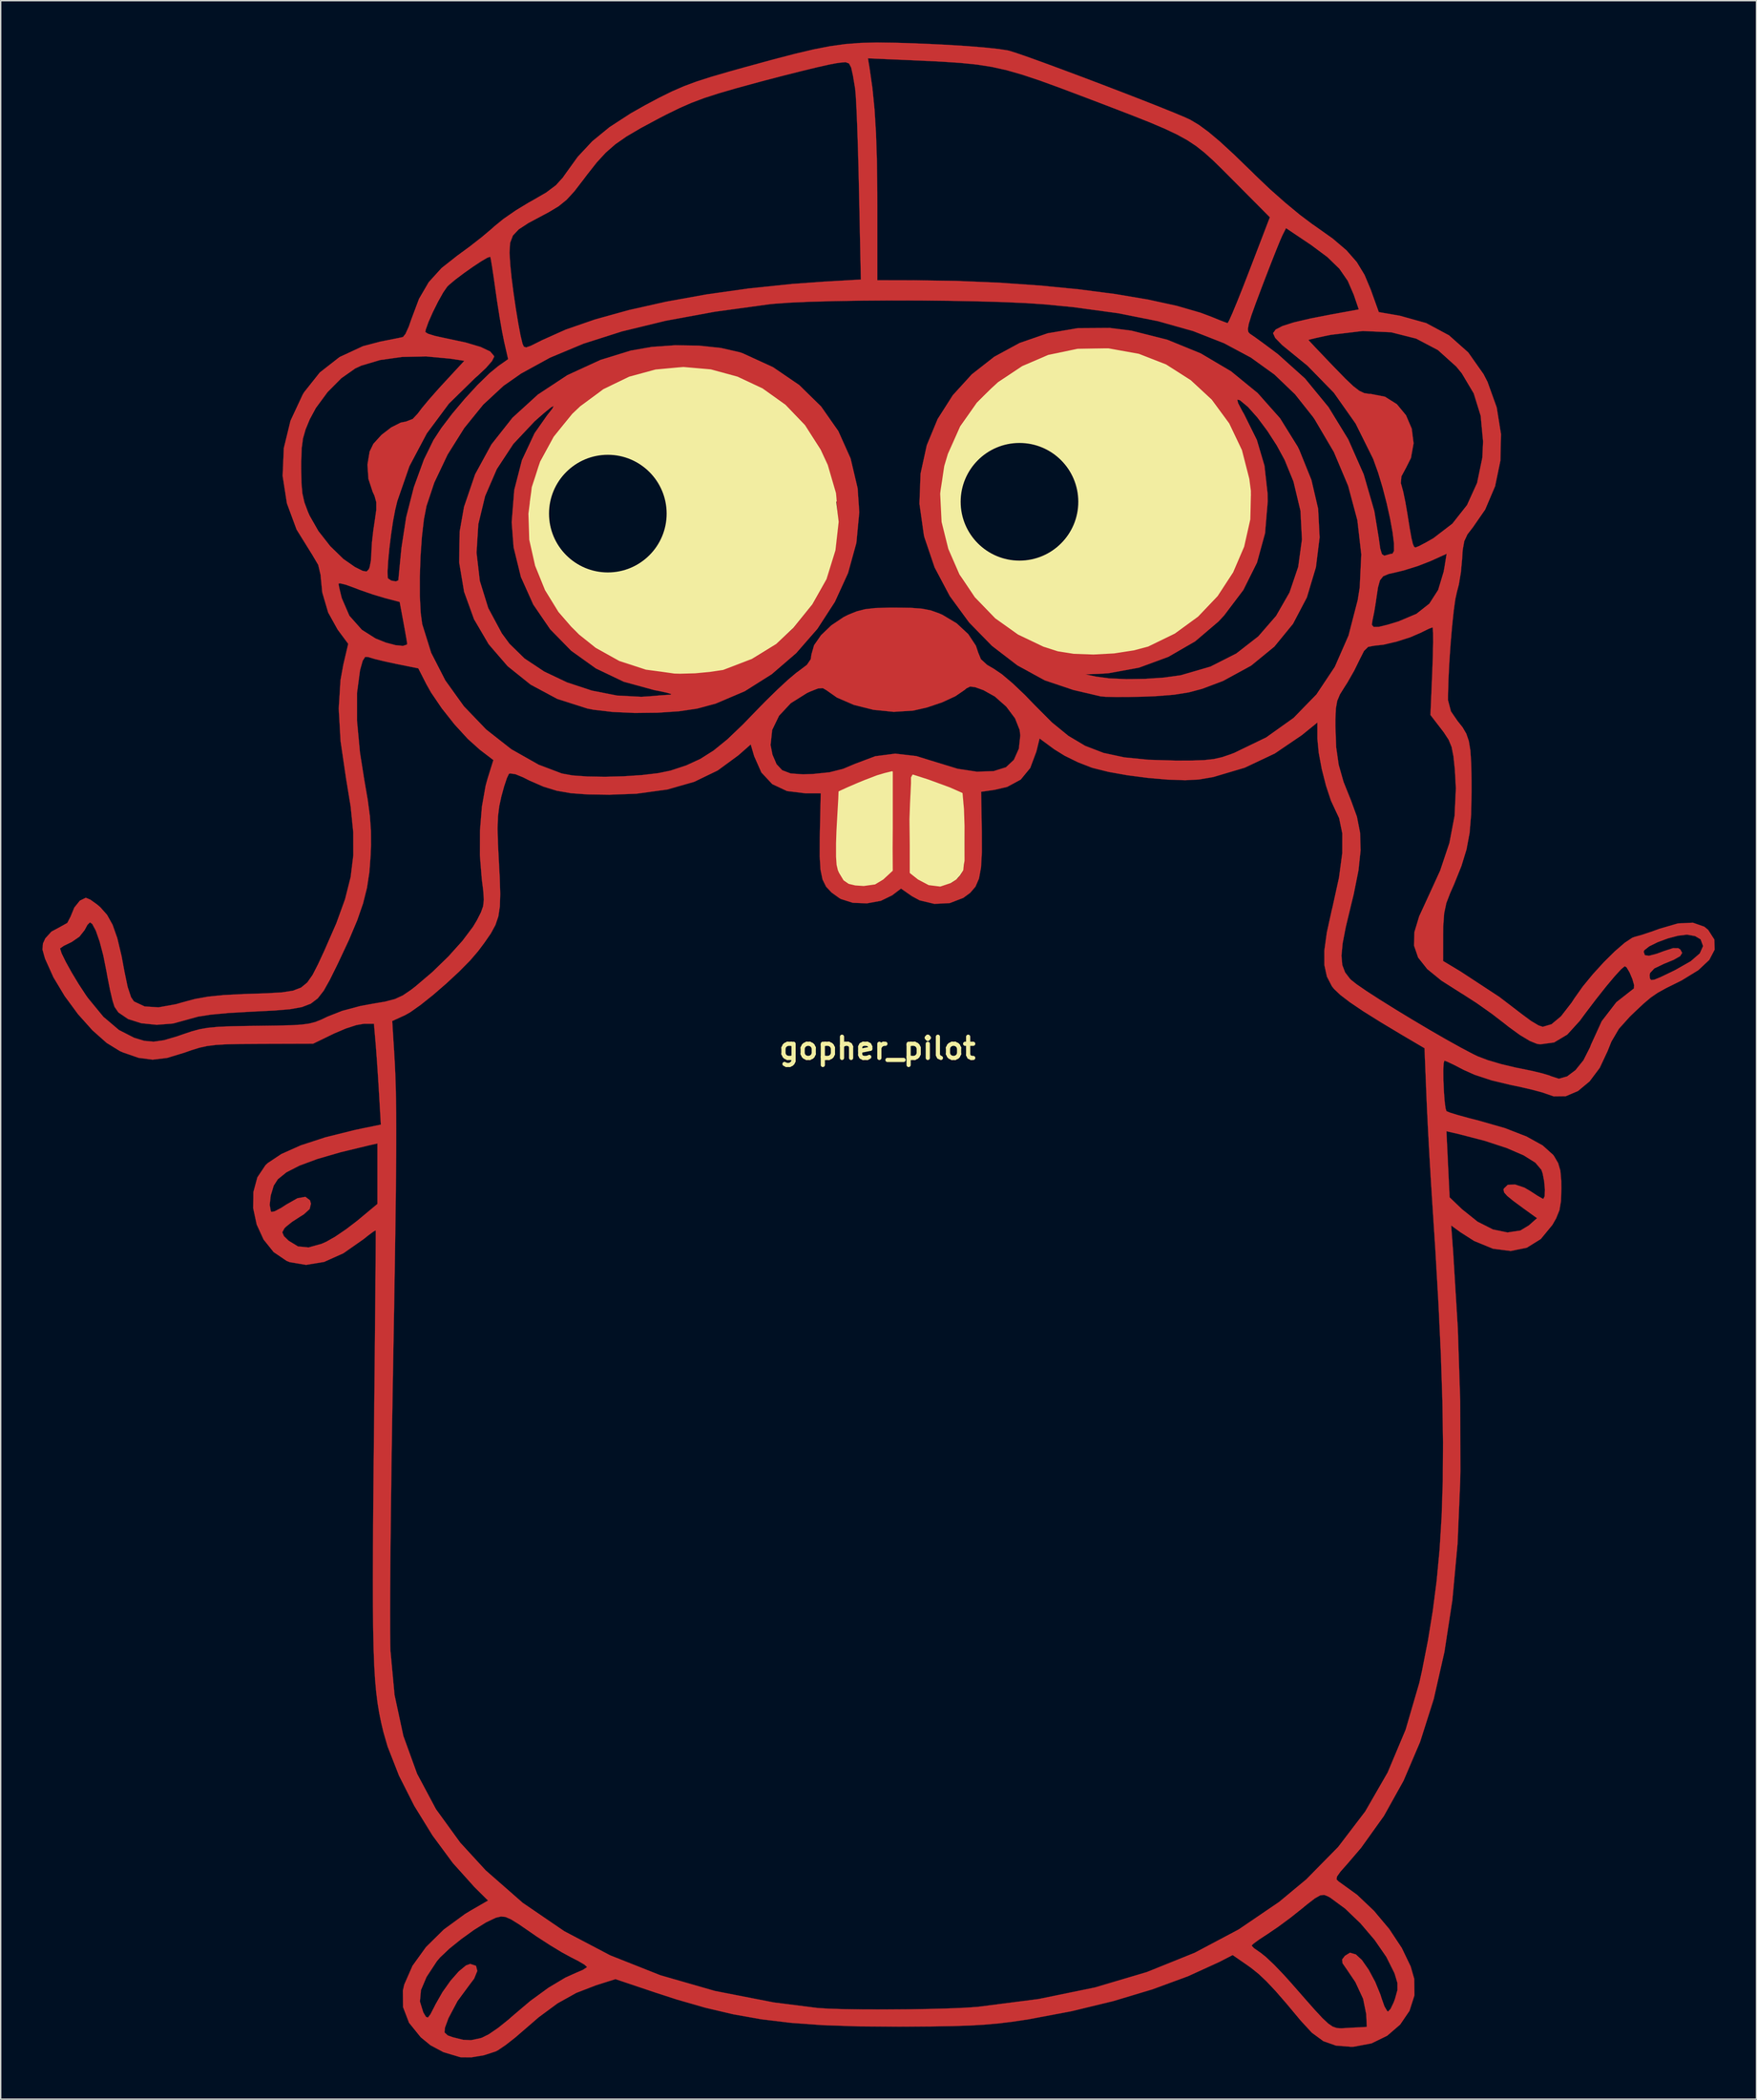
<source format=kicad_pcb>
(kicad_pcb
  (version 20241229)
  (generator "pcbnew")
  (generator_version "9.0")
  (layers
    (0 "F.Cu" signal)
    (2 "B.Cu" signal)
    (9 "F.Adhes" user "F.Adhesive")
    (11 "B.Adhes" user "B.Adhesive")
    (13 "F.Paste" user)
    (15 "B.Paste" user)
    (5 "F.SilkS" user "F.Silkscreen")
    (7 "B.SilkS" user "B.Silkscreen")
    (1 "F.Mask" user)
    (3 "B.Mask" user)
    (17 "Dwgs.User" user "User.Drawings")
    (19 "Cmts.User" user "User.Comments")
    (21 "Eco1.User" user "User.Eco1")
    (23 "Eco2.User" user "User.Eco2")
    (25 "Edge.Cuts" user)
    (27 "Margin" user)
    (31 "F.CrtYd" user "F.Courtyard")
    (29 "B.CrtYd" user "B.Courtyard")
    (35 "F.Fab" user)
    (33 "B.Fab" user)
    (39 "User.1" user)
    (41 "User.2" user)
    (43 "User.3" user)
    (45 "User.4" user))
  (footprint "gopher_pilot"
    (layer "F.Cu")
    (at 60.036 72.313)
    (property "Reference" "gopher_pilot" (at 0 0 0) (layer "F.SilkS") (effects (font (size 1.524 1.524) (thickness 0.3))))
    (attr through_hole)
    (fp_poly (pts (xy -12.84 -50.517) (xy -11.249 -50.349) (xy -9.905 -50.043) (xy -9.682 -49.967) (xy -7.503 -48.969) (xy -5.617 -47.684) (xy -4.044 -46.143) (xy -2.805 -44.374) (xy -1.922 -42.406) (xy -1.417 -40.268) (xy -1.298 -38.542) (xy -1.506 -36.335) (xy -2.105 -34.169) (xy -3.053 -32.094) (xy -4.31 -30.157) (xy -5.836 -28.409) (xy -7.591 -26.898) (xy -9.533 -25.672) (xy -11.623 -24.782) (xy -12.96 -24.422) (xy -14.261 -24.23) (xy -15.807 -24.126) (xy -17.446 -24.109) (xy -19.028 -24.181) (xy -20.399 -24.34) (xy -20.857 -24.428) (xy -23.012 -25.118) (xy -24.929 -26.145) (xy -26.582 -27.469) (xy -27.947 -29.049) (xy -28.999 -30.845) (xy -29.714 -32.818) (xy -30.068 -34.928) (xy -30.058 -35.631) (xy -28.82 -35.631) (xy -28.584 -33.605) (xy -27.979 -31.652) (xy -26.997 -29.825) (xy -26.452 -29.084) (xy -25.367 -28.025) (xy -23.956 -27.088) (xy -22.314 -26.307) (xy -20.538 -25.72) (xy -18.723 -25.363) (xy -16.966 -25.271) (xy -16.383 -25.308) (xy -15.65 -25.371) (xy -15.003 -25.414) (xy -14.876 -25.42) (xy -14.808 -25.462) (xy -15.104 -25.557) (xy -15.704 -25.689) (xy -16.036 -25.751) (xy -18.235 -26.354) (xy -20.239 -27.311) (xy -22.013 -28.581) (xy -23.525 -30.125) (xy -24.742 -31.906) (xy -25.629 -33.883) (xy -26.155 -36.017) (xy -26.292 -37.818) (xy -26.243 -38.439) (xy -25.057 -38.439) (xy -24.976 -36.567) (xy -24.582 -34.746) (xy -23.894 -33.018) (xy -22.928 -31.425) (xy -21.703 -30.01) (xy -20.237 -28.815) (xy -18.546 -27.882) (xy -16.65 -27.253) (xy -14.565 -26.972) (xy -14.099 -26.961) (xy -13.054 -26.993) (xy -12.012 -27.089) (xy -11.165 -27.228) (xy -11.006 -27.267) (xy -9.009 -28.015) (xy -7.261 -29.112) (xy -6.13 -30.133) (xy -4.705 -31.887) (xy -3.672 -33.774) (xy -3.037 -35.757) (xy -2.805 -37.8) (xy -2.984 -39.865) (xy -3.577 -41.916) (xy -4.085 -43.027) (xy -5.237 -44.807) (xy -6.655 -46.279) (xy -8.285 -47.436) (xy -10.078 -48.271) (xy -11.981 -48.776) (xy -13.945 -48.945) (xy -15.917 -48.768) (xy -17.846 -48.241) (xy -19.681 -47.353) (xy -21.372 -46.1) (xy -21.904 -45.589) (xy -23.25 -43.937) (xy -24.212 -42.166) (xy -24.809 -40.32) (xy -25.057 -38.439) (xy -26.243 -38.439) (xy -26.109 -40.134) (xy -25.556 -42.281) (xy -24.649 -44.217) (xy -23.749 -45.499) (xy -23.37 -45.984) (xy -23.272 -46.178) (xy -23.464 -46.079) (xy -23.953 -45.682) (xy -24.647 -45.073) (xy -26.175 -43.448) (xy -27.363 -41.639) (xy -28.203 -39.7) (xy -28.691 -37.68) (xy -28.82 -35.631) (xy -30.058 -35.631) (xy -30.036 -37.134) (xy -29.72 -38.925) (xy -28.92 -41.268) (xy -27.751 -43.411) (xy -26.239 -45.329) (xy -24.41 -46.997) (xy -22.291 -48.393) (xy -19.907 -49.49) (xy -17.732 -50.16) (xy -16.218 -50.425) (xy -14.541 -50.543) (xy -12.84 -50.517)) (stroke (width 0.01) (type solid)) (fill yes) (layer "F.Cu"))
    (fp_poly (pts (xy 18.255 -51.595) (xy 20.848 -50.942) (xy 23.255 -49.958) (xy 25.436 -48.669) (xy 27.35 -47.105) (xy 28.959 -45.293) (xy 30.223 -43.261) (xy 30.341 -43.021) (xy 31.214 -40.861) (xy 31.697 -38.789) (xy 31.803 -36.728) (xy 31.54 -34.603) (xy 31.532 -34.566) (xy 30.887 -32.416) (xy 29.89 -30.518) (xy 28.549 -28.879) (xy 26.872 -27.508) (xy 24.867 -26.415) (xy 23.355 -25.844) (xy 22.397 -25.589) (xy 21.325 -25.419) (xy 20.016 -25.315) (xy 19.158 -25.281) (xy 18.088 -25.258) (xy 17.146 -25.255) (xy 16.431 -25.27) (xy 16.043 -25.304) (xy 16.036 -25.306) (xy 15.615 -25.406) (xy 14.923 -25.568) (xy 14.109 -25.757) (xy 14.099 -25.76) (xy 12.042 -26.453) (xy 11.246 -26.888) (xy 14.96 -26.888) (xy 15.714 -26.725) (xy 16.681 -26.596) (xy 17.921 -26.542) (xy 19.285 -26.563) (xy 20.623 -26.655) (xy 21.784 -26.816) (xy 21.832 -26.825) (xy 23.952 -27.442) (xy 25.813 -28.385) (xy 27.393 -29.614) (xy 28.675 -31.089) (xy 29.639 -32.769) (xy 30.264 -34.615) (xy 30.533 -36.586) (xy 30.426 -38.643) (xy 29.923 -40.746) (xy 29.289 -42.297) (xy 28.72 -43.344) (xy 28.043 -44.393) (xy 27.33 -45.346) (xy 26.654 -46.107) (xy 26.089 -46.578) (xy 26.043 -46.605) (xy 25.883 -46.629) (xy 25.942 -46.382) (xy 26.234 -45.826) (xy 26.376 -45.581) (xy 27.29 -43.736) (xy 27.838 -41.886) (xy 28.061 -39.883) (xy 28.071 -39.315) (xy 27.879 -37.027) (xy 27.299 -34.914) (xy 26.321 -32.952) (xy 24.935 -31.118) (xy 24.523 -30.677) (xy 22.856 -29.259) (xy 20.927 -28.144) (xy 18.819 -27.367) (xy 16.615 -26.964) (xy 15.929 -26.921) (xy 14.96 -26.888) (xy 11.246 -26.888) (xy 10.07 -27.531) (xy 8.238 -28.937) (xy 6.599 -30.616) (xy 5.209 -32.513) (xy 4.12 -34.57) (xy 3.386 -36.732) (xy 3.345 -36.905) (xy 3.028 -39.154) (xy 3.053 -39.833) (xy 4.551 -39.833) (xy 4.651 -37.835) (xy 5.121 -35.9) (xy 5.932 -34.078) (xy 7.052 -32.417) (xy 8.453 -30.965) (xy 10.105 -29.771) (xy 11.977 -28.884) (xy 12.964 -28.577) (xy 14.131 -28.391) (xy 15.538 -28.344) (xy 17.022 -28.426) (xy 18.417 -28.63) (xy 19.481 -28.918) (xy 21.369 -29.819) (xy 23.032 -31.038) (xy 24.436 -32.521) (xy 25.55 -34.216) (xy 26.342 -36.07) (xy 26.781 -38.032) (xy 26.836 -40.05) (xy 26.733 -40.916) (xy 26.182 -43.02) (xy 25.269 -44.93) (xy 24.033 -46.609) (xy 22.513 -48.02) (xy 20.751 -49.128) (xy 18.785 -49.895) (xy 16.656 -50.285) (xy 16.531 -50.295) (xy 14.365 -50.251) (xy 12.304 -49.808) (xy 10.392 -48.997) (xy 8.673 -47.851) (xy 7.189 -46.401) (xy 5.986 -44.679) (xy 5.107 -42.716) (xy 4.85 -41.846) (xy 4.551 -39.833) (xy 3.053 -39.833) (xy 3.108 -41.313) (xy 3.554 -43.352) (xy 4.337 -45.241) (xy 5.426 -46.951) (xy 6.791 -48.451) (xy 8.403 -49.714) (xy 10.232 -50.708) (xy 12.247 -51.405) (xy 14.419 -51.775) (xy 16.718 -51.789) (xy 18.255 -51.595)) (stroke (width 0.01) (type solid)) (fill yes) (layer "F.Cu"))
    (fp_poly (pts (xy 1.281 -72.291) (xy 2.855 -72.239) (xy 3.444 -72.216) (xy 4.988 -72.142) (xy 6.431 -72.051) (xy 7.695 -71.949) (xy 8.702 -71.843) (xy 9.374 -71.739) (xy 9.471 -71.717) (xy 9.975 -71.56) (xy 10.811 -71.271) (xy 11.911 -70.875) (xy 13.206 -70.398) (xy 14.63 -69.865) (xy 16.115 -69.303) (xy 17.594 -68.736) (xy 18.998 -68.191) (xy 20.26 -67.694) (xy 21.313 -67.27) (xy 22.088 -66.945) (xy 22.494 -66.758) (xy 23.113 -66.39) (xy 23.81 -65.879) (xy 24.637 -65.183) (xy 25.642 -64.259) (xy 26.876 -63.063) (xy 27.23 -62.713) (xy 28.239 -61.755) (xy 29.328 -60.791) (xy 30.379 -59.922) (xy 31.274 -59.249) (xy 31.427 -59.145) (xy 32.743 -58.213) (xy 33.734 -57.368) (xy 34.473 -56.525) (xy 35.033 -55.603) (xy 35.477 -54.548) (xy 36.06 -52.927) (xy 37.568 -52.666) (xy 39.466 -52.137) (xy 41.111 -51.254) (xy 42.49 -50.027) (xy 43.591 -48.465) (xy 43.876 -47.912) (xy 44.538 -46.073) (xy 44.845 -44.159) (xy 44.803 -42.245) (xy 44.421 -40.41) (xy 43.707 -38.73) (xy 42.831 -37.466) (xy 42.432 -36.948) (xy 42.205 -36.459) (xy 42.092 -35.83) (xy 42.048 -35.157) (xy 41.963 -34.228) (xy 41.814 -33.334) (xy 41.673 -32.799) (xy 41.561 -32.288) (xy 41.443 -31.431) (xy 41.327 -30.327) (xy 41.22 -29.071) (xy 41.13 -27.76) (xy 41.066 -26.491) (xy 41.036 -25.36) (xy 41.034 -25.032) (xy 41.246 -24.225) (xy 41.718 -23.537) (xy 42.086 -23.073) (xy 42.352 -22.617) (xy 42.533 -22.087) (xy 42.645 -21.403) (xy 42.704 -20.483) (xy 42.726 -19.245) (xy 42.728 -18.443) (xy 42.698 -16.815) (xy 42.587 -15.479) (xy 42.363 -14.288) (xy 41.997 -13.097) (xy 41.457 -11.759) (xy 41.188 -11.154) (xy 40.915 -10.443) (xy 40.759 -9.706) (xy 40.693 -8.778) (xy 40.685 -8.164) (xy 40.683 -6.278) (xy 41.921 -5.535) (xy 44.724 -3.698) (xy 46.387 -2.427) (xy 47.009 -1.966) (xy 47.548 -1.647) (xy 47.848 -1.547) (xy 48.478 -1.732) (xy 49.16 -2.301) (xy 49.915 -3.275) (xy 50.13 -3.604) (xy 50.721 -4.438) (xy 51.451 -5.328) (xy 52.246 -6.199) (xy 52.997 -6.942) (xy 55.105 -6.942) (xy 55.189 -6.699) (xy 55.483 -6.652) (xy 56.054 -6.803) (xy 56.561 -6.991) (xy 57.209 -7.201) (xy 57.594 -7.199) (xy 57.741 -7.102) (xy 57.872 -6.859) (xy 57.724 -6.624) (xy 57.248 -6.356) (xy 56.558 -6.073) (xy 55.869 -5.743) (xy 55.562 -5.413) (xy 55.536 -5.271) (xy 55.55 -5.025) (xy 55.641 -4.91) (xy 55.88 -4.939) (xy 56.339 -5.128) (xy 57.091 -5.49) (xy 57.407 -5.646) (xy 58.486 -6.259) (xy 59.141 -6.825) (xy 59.376 -7.351) (xy 59.2 -7.834) (xy 58.806 -8.069) (xy 58.23 -8.172) (xy 58.208 -8.172) (xy 57.576 -8.096) (xy 56.837 -7.9) (xy 56.108 -7.63) (xy 55.508 -7.333) (xy 55.153 -7.056) (xy 55.105 -6.942) (xy 52.997 -6.942) (xy 53.033 -6.977) (xy 53.738 -7.585) (xy 54.287 -7.95) (xy 54.459 -8.013) (xy 54.955 -8.151) (xy 55.67 -8.388) (xy 56.23 -8.591) (xy 57.571 -8.98) (xy 58.646 -9.031) (xy 59.464 -8.744) (xy 59.743 -8.514) (xy 60.187 -7.82) (xy 60.21 -7.097) (xy 59.822 -6.357) (xy 59.031 -5.617) (xy 57.845 -4.889) (xy 57.557 -4.744) (xy 56.73 -4.335) (xy 56.126 -4.002) (xy 55.623 -3.658) (xy 55.1 -3.217) (xy 54.434 -2.592) (xy 54.111 -2.28) (xy 53.323 -1.404) (xy 52.781 -0.48) (xy 52.509 0.201) (xy 51.945 1.404) (xy 51.215 2.375) (xy 50.38 3.069) (xy 49.499 3.443) (xy 48.633 3.452) (xy 48.27 3.327) (xy 47.806 3.167) (xy 47.043 2.964) (xy 46.107 2.749) (xy 45.545 2.633) (xy 44.177 2.306) (xy 42.948 1.901) (xy 42.163 1.55) (xy 41.504 1.208) (xy 41.002 0.968) (xy 40.777 0.883) (xy 40.72 1.083) (xy 40.698 1.597) (xy 40.706 2.301) (xy 40.739 3.071) (xy 40.791 3.781) (xy 40.858 4.307) (xy 40.924 4.517) (xy 41.176 4.622) (xy 41.753 4.799) (xy 42.561 5.021) (xy 43.231 5.192) (xy 45.139 5.739) (xy 46.682 6.339) (xy 47.84 6.981) (xy 48.592 7.656) (xy 48.665 7.755) (xy 48.956 8.255) (xy 49.116 8.799) (xy 49.179 9.544) (xy 49.186 10.067) (xy 49.159 10.977) (xy 49.048 11.634) (xy 48.808 12.225) (xy 48.54 12.694) (xy 47.707 13.709) (xy 46.698 14.335) (xy 45.543 14.568) (xy 44.272 14.406) (xy 42.914 13.848) (xy 41.926 13.217) (xy 41.263 12.733) (xy 41.402 14.594) (xy 41.739 20.107) (xy 41.914 25.401) (xy 41.925 30.389) (xy 41.911 31.143) (xy 41.723 35.595) (xy 41.348 39.669) (xy 40.779 43.388) (xy 40.009 46.776) (xy 39.031 49.856) (xy 37.838 52.65) (xy 36.425 55.183) (xy 34.783 57.477) (xy 33.819 58.602) (xy 33.302 59.186) (xy 33.05 59.541) (xy 33.023 59.753) (xy 33.185 59.909) (xy 33.235 59.94) (xy 34.503 60.856) (xy 35.719 62.012) (xy 36.812 63.315) (xy 37.712 64.675) (xy 38.349 65.999) (xy 38.608 66.898) (xy 38.623 68.077) (xy 38.266 69.192) (xy 37.594 70.18) (xy 36.664 70.981) (xy 35.534 71.532) (xy 34.261 71.772) (xy 34.057 71.778) (xy 32.971 71.69) (xy 32.074 71.373) (xy 31.246 70.766) (xy 30.439 69.89) (xy 29.434 68.686) (xy 28.635 67.767) (xy 27.982 67.072) (xy 27.415 66.538) (xy 26.874 66.104) (xy 26.606 65.912) (xy 25.551 65.183) (xy 24.561 65.692) (xy 22.34 66.706) (xy 19.776 67.649) (xy 16.954 68.496) (xy 13.958 69.222) (xy 10.874 69.802) (xy 10.732 69.825) (xy 9.707 69.977) (xy 8.742 70.096) (xy 7.758 70.184) (xy 6.677 70.248) (xy 5.422 70.29) (xy 3.913 70.315) (xy 2.073 70.328) (xy 1.507 70.33) (xy -1.392 70.309) (xy -3.946 70.221) (xy -6.237 70.055) (xy -8.349 69.799) (xy -10.363 69.441) (xy -12.362 68.971) (xy -14.428 68.376) (xy -15.927 67.89) (xy -18.831 66.913) (xy -20.232 67.356) (xy -21.653 67.906) (xy -22.991 68.651) (xy -24.36 69.662) (xy -25.292 70.469) (xy -26.037 71.111) (xy -26.74 71.66) (xy -27.288 72.031) (xy -27.445 72.112) (xy -28.298 72.388) (xy -29.197 72.538) (xy -29.941 72.532) (xy -30.028 72.515) (xy -31.204 72.162) (xy -32.132 71.666) (xy -32.835 71.089) (xy -33.673 70.051) (xy -34.104 68.925) (xy -34.109 68.53) (xy -32.89 68.53) (xy -32.652 69.294) (xy -32.628 69.34) (xy -32.457 69.625) (xy -32.316 69.675) (xy -32.134 69.441) (xy -31.84 68.873) (xy -31.767 68.724) (xy -31.265 67.841) (xy -30.684 67.024) (xy -30.098 66.359) (xy -29.581 65.932) (xy -29.273 65.819) (xy -28.857 65.955) (xy -28.765 66.325) (xy -28.991 66.877) (xy -29.37 67.381) (xy -30.186 68.487) (xy -30.837 69.716) (xy -31.088 70.393) (xy -31.124 70.745) (xy -30.893 70.96) (xy -30.524 71.091) (xy -29.786 71.275) (xy -29.215 71.3) (xy -28.581 71.168) (xy -28.439 71.127) (xy -27.944 70.882) (xy -27.263 70.417) (xy -26.519 69.819) (xy -26.288 69.614) (xy -24.954 68.483) (xy -23.638 67.526) (xy -22.433 66.805) (xy -21.687 66.469) (xy -21.178 66.251) (xy -20.898 66.07) (xy -20.88 66.033) (xy -21.058 65.873) (xy -21.52 65.601) (xy -21.994 65.36) (xy -22.672 64.993) (xy -23.554 64.459) (xy -24.496 63.848) (xy -24.931 63.549) (xy -25.766 62.974) (xy -26.339 62.618) (xy -26.74 62.443) (xy -27.061 62.412) (xy -27.391 62.488) (xy -27.458 62.51) (xy -28.134 62.833) (xy -28.995 63.37) (xy -29.916 64.031) (xy -30.774 64.723) (xy -31.443 65.355) (xy -31.672 65.626) (xy -32.416 66.757) (xy -32.817 67.704) (xy -32.89 68.53) (xy -34.109 68.53) (xy -34.118 67.742) (xy -34.018 67.304) (xy -33.423 65.953) (xy -32.459 64.615) (xy -31.181 63.353) (xy -29.649 62.232) (xy -29.234 61.982) (xy -27.992 61.264) (xy -28.98 60.284) (xy -30.525 58.564) (xy -31.984 56.587) (xy -33.295 54.461) (xy -34.393 52.291) (xy -35.217 50.185) (xy -35.518 49.143) (xy -35.679 48.463) (xy -35.818 47.784) (xy -35.936 47.071) (xy -36.034 46.289) (xy -36.114 45.403) (xy -36.176 44.377) (xy -36.222 43.178) (xy -36.253 41.769) (xy -36.267 40.473) (xy -35.035 40.473) (xy -35.033 41.84) (xy -35.023 42.839) (xy -35.012 43.29) (xy -34.715 46.488) (xy -34.082 49.429) (xy -33.094 52.152) (xy -31.736 54.698) (xy -29.99 57.104) (xy -28.165 59.092) (xy -25.495 61.431) (xy -22.511 63.468) (xy -19.213 65.202) (xy -15.603 66.634) (xy -11.681 67.763) (xy -7.446 68.589) (xy -4.305 68.986) (xy -3.511 69.037) (xy -2.379 69.072) (xy -1.002 69.091) (xy 0.528 69.094) (xy 2.117 69.084) (xy 3.674 69.059) (xy 5.106 69.02) (xy 6.321 68.969) (xy 7.211 68.908) (xy 11.592 68.345) (xy 15.644 67.513) (xy 19.382 66.405) (xy 22.825 65.016) (xy 23.795 64.502) (xy 26.913 64.502) (xy 27.074 64.681) (xy 27.477 64.964) (xy 27.541 65.004) (xy 27.948 65.328) (xy 28.546 65.896) (xy 29.242 66.621) (xy 29.747 67.182) (xy 30.723 68.297) (xy 31.459 69.129) (xy 32.006 69.718) (xy 32.417 70.104) (xy 32.744 70.327) (xy 33.04 70.429) (xy 33.357 70.448) (xy 33.748 70.426) (xy 33.946 70.414) (xy 35.194 70.347) (xy 35.155 69.43) (xy 34.931 68.327) (xy 34.374 67.125) (xy 33.75 66.203) (xy 33.452 65.773) (xy 33.421 65.502) (xy 33.618 65.243) (xy 33.985 65.014) (xy 34.409 65.139) (xy 34.842 65.539) (xy 35.33 66.237) (xy 35.799 67.108) (xy 36.176 68.028) (xy 36.265 68.312) (xy 36.467 68.876) (xy 36.661 69.206) (xy 36.725 69.243) (xy 36.905 69.054) (xy 37.133 68.578) (xy 37.224 68.329) (xy 37.399 67.698) (xy 37.398 67.193) (xy 37.214 66.572) (xy 37.169 66.452) (xy 36.6 65.315) (xy 35.754 64.09) (xy 34.733 62.894) (xy 33.639 61.846) (xy 32.576 61.063) (xy 32.407 60.966) (xy 32.131 60.857) (xy 31.846 60.89) (xy 31.46 61.109) (xy 30.881 61.555) (xy 30.54 61.837) (xy 29.708 62.498) (xy 28.822 63.153) (xy 28.07 63.664) (xy 28.043 63.681) (xy 27.451 64.068) (xy 27.042 64.369) (xy 26.913 64.502) (xy 23.795 64.502) (xy 25.988 63.339) (xy 28.889 61.366) (xy 30.841 59.745) (xy 33.135 57.414) (xy 35.082 54.861) (xy 36.695 52.059) (xy 37.986 48.987) (xy 38.971 45.618) (xy 39.17 44.726) (xy 39.588 42.598) (xy 39.936 40.468) (xy 40.217 38.293) (xy 40.43 36.035) (xy 40.577 33.651) (xy 40.659 31.102) (xy 40.677 28.346) (xy 40.631 25.344) (xy 40.523 22.054) (xy 40.353 18.435) (xy 40.123 14.448) (xy 39.931 11.485) (xy 39.824 9.808) (xy 39.716 7.992) (xy 39.617 6.191) (xy 39.605 5.961) (xy 40.922 5.961) (xy 41.15 10.712) (xy 42.047 11.571) (xy 43.159 12.461) (xy 44.266 13.021) (xy 45.312 13.237) (xy 46.24 13.097) (xy 46.846 12.731) (xy 47.436 12.21) (xy 46.481 11.52) (xy 45.738 10.974) (xy 45.29 10.609) (xy 45.074 10.364) (xy 45.028 10.175) (xy 45.047 10.085) (xy 45.333 9.811) (xy 45.86 9.79) (xy 46.526 10.013) (xy 46.938 10.253) (xy 47.457 10.59) (xy 47.814 10.795) (xy 47.889 10.823) (xy 47.985 10.632) (xy 48.003 10.162) (xy 47.951 9.567) (xy 47.842 8.999) (xy 47.751 8.734) (xy 47.316 8.219) (xy 46.476 7.693) (xy 45.257 7.167) (xy 43.684 6.651) (xy 41.782 6.157) (xy 41.502 6.093) (xy 40.922 5.961) (xy 39.605 5.961) (xy 39.534 4.556) (xy 39.486 3.475) (xy 39.346 -0.008) (xy 37.808 -0.914) (xy 36.195 -1.88) (xy 34.929 -2.672) (xy 33.973 -3.318) (xy 33.288 -3.843) (xy 32.838 -4.272) (xy 32.686 -4.464) (xy 32.326 -5.159) (xy 32.144 -5.992) (xy 32.142 -7.025) (xy 32.321 -8.324) (xy 32.68 -9.952) (xy 32.732 -10.16) (xy 33.197 -12.274) (xy 33.431 -14.033) (xy 33.434 -15.453) (xy 33.206 -16.55) (xy 32.982 -17.024) (xy 32.619 -17.806) (xy 32.264 -18.875) (xy 31.958 -20.075) (xy 31.738 -21.253) (xy 31.643 -22.254) (xy 31.642 -22.348) (xy 31.642 -23.152) (xy 32.939 -23.152) (xy 32.993 -21.65) (xy 33.175 -20.383) (xy 33.525 -19.151) (xy 34.07 -17.793) (xy 34.486 -16.652) (xy 34.713 -15.498) (xy 34.751 -14.243) (xy 34.599 -12.802) (xy 34.257 -11.089) (xy 34.048 -10.233) (xy 33.683 -8.717) (xy 33.458 -7.549) (xy 33.375 -6.663) (xy 33.433 -5.991) (xy 33.633 -5.463) (xy 33.974 -5.013) (xy 34.064 -4.922) (xy 34.466 -4.603) (xy 35.175 -4.117) (xy 36.122 -3.505) (xy 37.234 -2.812) (xy 38.441 -2.078) (xy 39.672 -1.348) (xy 40.856 -0.664) (xy 41.923 -0.069) (xy 42.801 0.394) (xy 43.158 0.569) (xy 43.884 0.845) (xy 44.855 1.133) (xy 45.893 1.381) (xy 46.166 1.435) (xy 47.062 1.618) (xy 47.818 1.8) (xy 48.318 1.949) (xy 48.426 1.997) (xy 49.005 2.187) (xy 49.602 2.018) (xy 50.201 1.569) (xy 50.773 0.861) (xy 51.245 -0.071) (xy 51.312 -0.253) (xy 52.088 -1.95) (xy 53.139 -3.315) (xy 54.4 -4.303) (xy 54.42 -4.534) (xy 54.294 -4.976) (xy 54.09 -5.461) (xy 53.876 -5.82) (xy 53.746 -5.904) (xy 53.482 -5.687) (xy 53.013 -5.175) (xy 52.39 -4.429) (xy 51.663 -3.511) (xy 50.882 -2.482) (xy 50.513 -1.98) (xy 49.609 -0.987) (xy 48.659 -0.421) (xy 47.672 -0.289) (xy 47.43 -0.323) (xy 46.919 -0.53) (xy 46.202 -0.962) (xy 45.394 -1.547) (xy 45.15 -1.742) (xy 44.199 -2.475) (xy 43.116 -3.24) (xy 42.113 -3.888) (xy 41.975 -3.97) (xy 40.56 -4.869) (xy 39.538 -5.702) (xy 38.888 -6.525) (xy 38.589 -7.394) (xy 38.621 -8.364) (xy 38.962 -9.492) (xy 39.48 -10.616) (xy 40.469 -12.773) (xy 41.137 -14.768) (xy 41.507 -16.708) (xy 41.601 -18.698) (xy 41.527 -20.045) (xy 41.426 -20.999) (xy 41.295 -21.661) (xy 41.083 -22.179) (xy 40.742 -22.7) (xy 40.568 -22.931) (xy 39.773 -23.964) (xy 39.906 -27.112) (xy 39.945 -28.233) (xy 39.964 -29.178) (xy 39.961 -29.868) (xy 39.935 -30.227) (xy 39.92 -30.259) (xy 39.667 -30.167) (xy 39.201 -29.94) (xy 39.112 -29.893) (xy 38.318 -29.55) (xy 37.352 -29.241) (xy 36.405 -29.019) (xy 35.688 -28.937) (xy 35.293 -28.861) (xy 34.995 -28.57) (xy 34.687 -27.96) (xy 34.681 -27.947) (xy 34.289 -27.149) (xy 33.796 -26.288) (xy 33.595 -25.975) (xy 33.264 -25.445) (xy 33.068 -24.976) (xy 32.971 -24.425) (xy 32.94 -23.645) (xy 32.939 -23.152) (xy 31.642 -23.152) (xy 31.642 -23.422) (xy 30.522 -22.514) (xy 28.583 -21.197) (xy 26.415 -20.173) (xy 24.149 -19.5) (xy 23.121 -19.325) (xy 22.135 -19.274) (xy 20.861 -19.318) (xy 19.433 -19.442) (xy 17.979 -19.631) (xy 16.632 -19.871) (xy 15.521 -20.148) (xy 15.395 -20.187) (xy 14.433 -20.562) (xy 13.468 -21.035) (xy 12.728 -21.493) (xy 11.667 -22.275) (xy 11.436 -21.336) (xy 10.994 -20.153) (xy 10.31 -19.32) (xy 9.339 -18.795) (xy 8.441 -18.586) (xy 7.464 -18.443) (xy 7.514 -15.534) (xy 7.517 -14.086) (xy 7.456 -13.001) (xy 7.31 -12.205) (xy 7.057 -11.622) (xy 6.675 -11.177) (xy 6.178 -10.814) (xy 5.207 -10.441) (xy 4.106 -10.384) (xy 3.042 -10.639) (xy 2.496 -10.933) (xy 1.704 -11.485) (xy 1.068 -11.002) (xy 0.254 -10.605) (xy -0.748 -10.422) (xy -1.766 -10.462) (xy -2.625 -10.736) (xy -2.733 -10.8) (xy -3.289 -11.199) (xy -3.683 -11.618) (xy -3.941 -12.139) (xy -4.086 -12.842) (xy -4.144 -13.804) (xy -2.94 -13.804) (xy -2.889 -13.211) (xy -2.778 -12.785) (xy -2.701 -12.61) (xy -2.405 -12.124) (xy -2.051 -11.859) (xy -1.499 -11.748) (xy -0.946 -11.724) (xy -0.163 -11.82) (xy 0.451 -12.196) (xy 0.507 -12.248) (xy 1.076 -12.789) (xy 1.076 -16.14) (xy 2.368 -16.14) (xy 2.368 -12.622) (xy 2.935 -12.164) (xy 3.693 -11.783) (xy 4.547 -11.698) (xy 5.341 -11.905) (xy 5.795 -12.24) (xy 6 -12.493) (xy 6.137 -12.78) (xy 6.218 -13.189) (xy 6.255 -13.809) (xy 6.262 -14.726) (xy 6.257 -15.492) (xy 6.235 -16.545) (xy 6.194 -17.432) (xy 6.14 -18.061) (xy 6.078 -18.343) (xy 6.075 -18.347) (xy 5.809 -18.48) (xy 5.256 -18.707) (xy 4.542 -18.981) (xy 3.788 -19.257) (xy 3.118 -19.49) (xy 2.654 -19.634) (xy 2.529 -19.658) (xy 2.475 -19.45) (xy 2.428 -18.873) (xy 2.392 -18.003) (xy 2.372 -16.914) (xy 2.368 -16.14) (xy 1.076 -16.14) (xy 1.076 -19.887) (xy 0.484 -19.743) (xy -0.026 -19.581) (xy -0.757 -19.304) (xy -1.423 -19.026) (xy -2.739 -18.453) (xy -2.882 -15.854) (xy -2.936 -14.655) (xy -2.94 -13.804) (xy -4.144 -13.804) (xy -4.144 -13.809) (xy -4.139 -15.12) (xy -4.134 -15.398) (xy -4.07 -18.332) (xy -5.163 -18.332) (xy -6.499 -18.496) (xy -7.555 -18.994) (xy -8.338 -19.831) (xy -8.857 -21.002) (xy -9.091 -21.804) (xy -7.676 -21.804) (xy -7.539 -21.108) (xy -7.247 -20.427) (xy -6.841 -19.992) (xy -6.236 -19.762) (xy -5.349 -19.697) (xy -4.628 -19.722) (xy -3.439 -19.845) (xy -2.461 -20.091) (xy -1.614 -20.448) (xy -0.151 -20.999) (xy 1.288 -21.186) (xy 2.8 -21.011) (xy 4.266 -20.559) (xy 5.77 -20.098) (xy 7.162 -19.886) (xy 8.362 -19.928) (xy 9.249 -20.206) (xy 9.817 -20.737) (xy 10.177 -21.543) (xy 10.279 -22.488) (xy 10.234 -22.888) (xy 9.901 -23.725) (xy 9.269 -24.567) (xy 8.448 -25.292) (xy 7.625 -25.75) (xy 7.025 -25.964) (xy 6.669 -26.006) (xy 6.405 -25.876) (xy 6.285 -25.771) (xy 5.618 -25.316) (xy 4.666 -24.874) (xy 3.573 -24.504) (xy 2.578 -24.278) (xy 1.184 -24.188) (xy -0.28 -24.335) (xy -1.686 -24.688) (xy -2.907 -25.217) (xy -3.667 -25.749) (xy -3.923 -25.895) (xy -4.267 -25.869) (xy -4.822 -25.651) (xy -5.068 -25.537) (xy -6.225 -24.81) (xy -7.067 -23.909) (xy -7.561 -22.888) (xy -7.676 -21.804) (xy -9.091 -21.804) (xy -9.103 -21.846) (xy -9.987 -21.07) (xy -11.478 -19.976) (xy -13.168 -19.16) (xy -15.101 -18.607) (xy -17.325 -18.303) (xy -19.265 -18.23) (xy -20.802 -18.251) (xy -22.028 -18.34) (xy -23.058 -18.519) (xy -24.011 -18.813) (xy -25.003 -19.246) (xy -25.479 -19.485) (xy -26.026 -19.708) (xy -26.416 -19.762) (xy -26.493 -19.729) (xy -26.636 -19.432) (xy -26.834 -18.837) (xy -27.034 -18.109) (xy -27.189 -17.389) (xy -27.278 -16.664) (xy -27.307 -15.816) (xy -27.279 -14.726) (xy -27.233 -13.804) (xy -27.152 -12.275) (xy -27.116 -11.102) (xy -27.143 -10.199) (xy -27.252 -9.481) (xy -27.462 -8.864) (xy -27.79 -8.261) (xy -28.255 -7.589) (xy -28.706 -6.986) (xy -29.282 -6.315) (xy -30.075 -5.513) (xy -30.994 -4.66) (xy -31.947 -3.835) (xy -32.845 -3.119) (xy -33.595 -2.59) (xy -33.962 -2.384) (xy -34.883 -1.962) (xy -34.742 0.289) (xy -34.698 1.053) (xy -34.661 1.843) (xy -34.632 2.692) (xy -34.611 3.633) (xy -34.598 4.698) (xy -34.593 5.92) (xy -34.596 7.331) (xy -34.608 8.963) (xy -34.628 10.85) (xy -34.657 13.024) (xy -34.695 15.518) (xy -34.741 18.363) (xy -34.797 21.593) (xy -34.845 24.296) (xy -34.891 27.007) (xy -34.931 29.659) (xy -34.965 32.206) (xy -34.993 34.605) (xy -35.015 36.811) (xy -35.029 38.782) (xy -35.035 40.473) (xy -36.267 40.473) (xy -36.271 40.115) (xy -36.275 38.183) (xy -36.268 35.936) (xy -36.25 33.339) (xy -36.223 30.358) (xy -36.201 28.271) (xy -36.175 25.729) (xy -36.151 23.318) (xy -36.129 21.076) (xy -36.11 19.039) (xy -36.094 17.241) (xy -36.082 15.72) (xy -36.073 14.51) (xy -36.068 13.649) (xy -36.067 13.171) (xy -36.069 13.084) (xy -36.236 13.174) (xy -36.632 13.469) (xy -36.937 13.713) (xy -38.396 14.734) (xy -39.782 15.354) (xy -41.074 15.568) (xy -42.252 15.371) (xy -42.483 15.276) (xy -43.412 14.645) (xy -44.133 13.744) (xy -44.628 12.664) (xy -44.879 11.499) (xy -44.877 11.251) (xy -43.694 11.251) (xy -43.613 11.704) (xy -43.572 11.76) (xy -43.34 11.719) (xy -42.878 11.477) (xy -42.495 11.229) (xy -41.697 10.776) (xy -41.127 10.674) (xy -40.797 10.923) (xy -40.728 11.165) (xy -40.819 11.552) (xy -41.246 11.939) (xy -41.507 12.1) (xy -42.095 12.481) (xy -42.549 12.848) (xy -42.639 12.944) (xy -42.787 13.225) (xy -42.669 13.502) (xy -42.332 13.83) (xy -41.661 14.24) (xy -40.902 14.314) (xy -39.97 14.055) (xy -39.631 13.907) (xy -38.995 13.547) (xy -38.196 13.005) (xy -37.397 12.394) (xy -37.317 12.327) (xy -35.947 11.187) (xy -35.947 6.839) (xy -36.539 6.972) (xy -38.604 7.472) (xy -40.266 7.954) (xy -41.552 8.431) (xy -42.49 8.912) (xy -43.107 9.41) (xy -43.402 9.865) (xy -43.619 10.585) (xy -43.694 11.251) (xy -44.877 11.251) (xy -44.868 10.338) (xy -44.579 9.274) (xy -43.993 8.398) (xy -43.839 8.253) (xy -42.853 7.598) (xy -41.461 6.976) (xy -39.686 6.396) (xy -37.55 5.865) (xy -36.954 5.739) (xy -35.7 5.484) (xy -35.83 3.239) (xy -35.9 2.094) (xy -35.978 0.935) (xy -36.051 -0.052) (xy -36.078 -0.387) (xy -36.197 -1.767) (xy -36.909 -1.767) (xy -37.456 -1.672) (xy -38.224 -1.423) (xy -39.05 -1.072) (xy -39.098 -1.049) (xy -40.575 -0.331) (xy -44.342 -0.32) (xy -45.727 -0.312) (xy -46.771 -0.29) (xy -47.563 -0.245) (xy -48.195 -0.165) (xy -48.755 -0.041) (xy -49.334 0.138) (xy -49.826 0.311) (xy -51.067 0.689) (xy -52.112 0.815) (xy -53.116 0.685) (xy -54.24 0.295) (xy -54.466 0.197) (xy -55.42 -0.391) (xy -56.447 -1.304) (xy -57.475 -2.454) (xy -58.431 -3.751) (xy -59.243 -5.104) (xy -59.838 -6.425) (xy -59.863 -6.496) (xy -60.031 -7.099) (xy -60.026 -7.168) (xy -58.764 -7.168) (xy -58.652 -6.819) (xy -58.353 -6.209) (xy -57.926 -5.44) (xy -57.427 -4.614) (xy -56.915 -3.833) (xy -56.762 -3.616) (xy -55.652 -2.267) (xy -54.533 -1.318) (xy -53.437 -0.757) (xy -52.712 -0.539) (xy -52.044 -0.478) (xy -51.301 -0.583) (xy -50.35 -0.862) (xy -49.923 -1.011) (xy -49.299 -1.221) (xy -48.73 -1.374) (xy -48.125 -1.479) (xy -47.395 -1.547) (xy -46.452 -1.587) (xy -45.205 -1.611) (xy -44.558 -1.618) (xy -43.191 -1.635) (xy -42.174 -1.66) (xy -41.427 -1.704) (xy -40.869 -1.778) (xy -40.42 -1.892) (xy -40.001 -2.056) (xy -39.538 -2.278) (xy -38.475 -2.696) (xy -37.172 -3.044) (xy -36.357 -3.194) (xy -35.381 -3.361) (xy -34.685 -3.544) (xy -34.121 -3.803) (xy -33.54 -4.197) (xy -33.211 -4.451) (xy -31.986 -5.493) (xy -30.833 -6.615) (xy -29.834 -7.727) (xy -29.072 -8.74) (xy -28.791 -9.208) (xy -28.505 -9.773) (xy -28.345 -10.219) (xy -28.295 -10.689) (xy -28.337 -11.325) (xy -28.442 -12.166) (xy -28.579 -13.869) (xy -28.573 -15.654) (xy -28.434 -17.371) (xy -28.169 -18.871) (xy -28.034 -19.362) (xy -27.609 -20.723) (xy -28.574 -21.46) (xy -29.447 -22.243) (xy -30.4 -23.283) (xy -31.319 -24.444) (xy -32.094 -25.586) (xy -32.427 -26.178) (xy -33.007 -27.315) (xy -34.639 -27.645) (xy -35.468 -27.824) (xy -36.158 -27.993) (xy -36.577 -28.119) (xy -36.608 -28.132) (xy -36.83 -28.138) (xy -37.006 -27.864) (xy -37.183 -27.235) (xy -37.2 -27.158) (xy -37.416 -25.532) (xy -37.416 -23.558) (xy -37.202 -21.268) (xy -36.892 -19.305) (xy -36.643 -17.86) (xy -36.489 -16.696) (xy -36.415 -15.662) (xy -36.409 -14.612) (xy -36.433 -13.915) (xy -36.524 -12.683) (xy -36.696 -11.548) (xy -36.979 -10.418) (xy -37.401 -9.2) (xy -37.99 -7.802) (xy -38.774 -6.132) (xy -38.879 -5.915) (xy -39.38 -4.905) (xy -39.809 -4.143) (xy -40.239 -3.591) (xy -40.739 -3.21) (xy -41.382 -2.963) (xy -42.237 -2.811) (xy -43.376 -2.716) (xy -44.869 -2.641) (xy -44.988 -2.635) (xy -46.638 -2.541) (xy -47.906 -2.424) (xy -48.839 -2.28) (xy -49.484 -2.103) (xy -49.508 -2.094) (xy -50.648 -1.782) (xy -51.818 -1.69) (xy -52.924 -1.803) (xy -53.873 -2.104) (xy -54.571 -2.579) (xy -54.852 -2.985) (xy -54.995 -3.439) (xy -55.173 -4.196) (xy -55.357 -5.121) (xy -55.429 -5.525) (xy -55.657 -6.671) (xy -55.921 -7.674) (xy -56.194 -8.456) (xy -56.451 -8.938) (xy -56.617 -9.056) (xy -56.798 -8.878) (xy -57.008 -8.492) (xy -57.373 -8.029) (xy -57.935 -7.64) (xy -58.011 -7.606) (xy -58.496 -7.371) (xy -58.752 -7.194) (xy -58.764 -7.168) (xy -60.026 -7.168) (xy -59.996 -7.538) (xy -59.83 -7.902) (xy -59.385 -8.392) (xy -58.83 -8.689) (xy -58.247 -9.013) (xy -58.011 -9.469) (xy -57.743 -10.119) (xy -57.344 -10.615) (xy -56.925 -10.822) (xy -56.909 -10.823) (xy -56.587 -10.686) (xy -56.104 -10.341) (xy -55.88 -10.15) (xy -55.39 -9.599) (xy -54.989 -8.88) (xy -54.65 -7.919) (xy -54.345 -6.641) (xy -54.136 -5.514) (xy -53.907 -4.415) (xy -53.663 -3.679) (xy -53.455 -3.371) (xy -52.687 -3.012) (xy -51.695 -2.946) (xy -50.435 -3.172) (xy -49.953 -3.311) (xy -49.061 -3.55) (xy -48.113 -3.718) (xy -46.989 -3.831) (xy -45.571 -3.903) (xy -45.311 -3.912) (xy -43.882 -3.959) (xy -42.81 -4.023) (xy -42.02 -4.145) (xy -41.439 -4.366) (xy -40.995 -4.728) (xy -40.613 -5.271) (xy -40.22 -6.037) (xy -39.764 -7.019) (xy -38.901 -8.991) (xy -38.275 -10.718) (xy -37.873 -12.31) (xy -37.681 -13.877) (xy -37.685 -15.531) (xy -37.871 -17.38) (xy -38.208 -19.437) (xy -38.597 -22.089) (xy -38.728 -24.42) (xy -38.603 -26.462) (xy -38.396 -27.595) (xy -38.047 -29.08) (xy -38.807 -30.101) (xy -39.488 -31.329) (xy -39.914 -32.775) (xy -39.975 -33.403) (xy -38.745 -33.403) (xy -38.691 -33.105) (xy -38.56 -32.557) (xy -38.508 -32.357) (xy -37.96 -31.095) (xy -37.065 -30.087) (xy -36.08 -29.464) (xy -35.34 -29.167) (xy -34.649 -28.984) (xy -34.11 -28.931) (xy -33.827 -29.025) (xy -33.808 -29.1) (xy -33.853 -29.388) (xy -33.956 -29.977) (xy -34.084 -30.677) (xy -34.347 -32.09) (xy -35.416 -32.371) (xy -36.277 -32.629) (xy -37.227 -32.958) (xy -37.616 -33.109) (xy -38.225 -33.329) (xy -38.635 -33.428) (xy -38.745 -33.403) (xy -39.975 -33.403) (xy -40.037 -34.048) (xy -40.206 -34.757) (xy -40.665 -35.536) (xy -40.676 -35.551) (xy -41.76 -37.294) (xy -42.456 -39.18) (xy -42.763 -41.15) (xy -42.738 -41.744) (xy -41.428 -41.744) (xy -41.411 -40.677) (xy -41.343 -39.895) (xy -41.196 -39.244) (xy -40.943 -38.568) (xy -40.824 -38.296) (xy -40.192 -37.186) (xy -39.34 -36.099) (xy -38.389 -35.174) (xy -37.562 -34.6) (xy -37.018 -34.328) (xy -36.727 -34.275) (xy -36.706 -34.296) (xy -35.218 -34.296) (xy -35.206 -33.849) (xy -35.185 -33.778) (xy -34.948 -33.623) (xy -34.623 -33.566) (xy -34.442 -33.645) (xy -34.441 -33.659) (xy -34.421 -33.887) (xy -32.898 -33.887) (xy -32.895 -32.492) (xy -32.834 -31.299) (xy -32.726 -30.497) (xy -32.082 -28.436) (xy -31.063 -26.446) (xy -29.726 -24.586) (xy -28.124 -22.918) (xy -26.315 -21.499) (xy -24.353 -20.39) (xy -22.686 -19.758) (xy -21.919 -19.619) (xy -20.842 -19.542) (xy -19.572 -19.523) (xy -18.224 -19.558) (xy -16.916 -19.646) (xy -15.762 -19.782) (xy -14.881 -19.963) (xy -13.738 -20.34) (xy -12.731 -20.803) (xy -11.773 -21.409) (xy -10.778 -22.217) (xy -9.659 -23.287) (xy -8.938 -24.032) (xy -8.046 -24.947) (xy -7.179 -25.795) (xy -6.416 -26.501) (xy -5.834 -26.992) (xy -5.651 -27.124) (xy -5.063 -27.569) (xy -4.789 -27.974) (xy -4.736 -28.326) (xy -4.549 -28.978) (xy -4.046 -29.702) (xy -3.309 -30.407) (xy -2.423 -31.002) (xy -2.097 -31.166) (xy -1.49 -31.412) (xy -0.887 -31.568) (xy -0.158 -31.651) (xy 0.822 -31.682) (xy 1.292 -31.684) (xy 2.402 -31.668) (xy 3.211 -31.607) (xy 3.847 -31.482) (xy 4.438 -31.273) (xy 4.683 -31.164) (xy 5.702 -30.555) (xy 6.534 -29.781) (xy 7.09 -28.941) (xy 7.249 -28.463) (xy 7.448 -27.974) (xy 7.894 -27.565) (xy 8.37 -27.288) (xy 8.953 -26.894) (xy 9.728 -26.24) (xy 10.61 -25.402) (xy 11.31 -24.677) (xy 12.551 -23.432) (xy 13.736 -22.465) (xy 14.945 -21.745) (xy 16.26 -21.239) (xy 17.762 -20.916) (xy 19.531 -20.743) (xy 21.418 -20.689) (xy 22.621 -20.69) (xy 23.508 -20.721) (xy 24.191 -20.796) (xy 24.784 -20.93) (xy 25.399 -21.138) (xy 25.667 -21.241) (xy 27.96 -22.35) (xy 29.93 -23.753) (xy 31.577 -25.445) (xy 32.895 -27.423) (xy 33.885 -29.683) (xy 34.081 -30.444) (xy 35.56 -30.444) (xy 35.692 -30.292) (xy 36.056 -30.298) (xy 36.715 -30.459) (xy 37.485 -30.695) (xy 38.765 -31.236) (xy 39.693 -31.967) (xy 40.327 -32.953) (xy 40.722 -34.262) (xy 40.785 -34.617) (xy 40.935 -35.552) (xy 39.786 -35.031) (xy 38.867 -34.672) (xy 37.845 -34.355) (xy 37.4 -34.246) (xy 36.77 -34.103) (xy 36.375 -33.936) (xy 36.143 -33.647) (xy 36.001 -33.135) (xy 35.876 -32.302) (xy 35.854 -32.137) (xy 35.74 -31.43) (xy 35.619 -30.831) (xy 35.6 -30.756) (xy 35.56 -30.444) (xy 34.081 -30.444) (xy 34.542 -32.223) (xy 34.686 -33.13) (xy 34.8 -35.509) (xy 34.518 -37.962) (xy 33.855 -40.434) (xy 32.827 -42.87) (xy 31.447 -45.214) (xy 31.319 -45.401) (xy 30.034 -47.021) (xy 28.56 -48.434) (xy 26.868 -49.653) (xy 24.928 -50.691) (xy 22.709 -51.561) (xy 22.172 -51.712) (xy 26.644 -51.712) (xy 26.676 -51.495) (xy 26.792 -51.369) (xy 26.819 -51.352) (xy 27.149 -51.127) (xy 27.725 -50.709) (xy 28.447 -50.171) (xy 28.824 -49.886) (xy 30.753 -48.152) (xy 32.445 -46.092) (xy 33.864 -43.773) (xy 34.974 -41.259) (xy 35.739 -38.618) (xy 36.053 -36.705) (xy 36.161 -35.932) (xy 36.284 -35.527) (xy 36.45 -35.416) (xy 36.526 -35.435) (xy 36.931 -35.549) (xy 37.044 -35.56) (xy 37.152 -35.758) (xy 37.149 -36.298) (xy 37.049 -37.102) (xy 36.869 -38.091) (xy 36.625 -39.186) (xy 36.334 -40.308) (xy 36.012 -41.378) (xy 35.674 -42.317) (xy 35.641 -42.398) (xy 34.391 -44.913) (xy 32.827 -47.13) (xy 30.934 -49.068) (xy 29.962 -49.861) (xy 29.118 -50.549) (xy 28.752 -50.925) (xy 30.997 -50.925) (xy 31.138 -50.768) (xy 31.524 -50.357) (xy 32.097 -49.755) (xy 32.799 -49.021) (xy 32.846 -48.972) (xy 33.646 -48.151) (xy 34.225 -47.601) (xy 34.656 -47.269) (xy 35.011 -47.102) (xy 35.362 -47.047) (xy 35.482 -47.044) (xy 36.5 -46.845) (xy 37.358 -46.306) (xy 38.014 -45.512) (xy 38.428 -44.547) (xy 38.561 -43.496) (xy 38.372 -42.443) (xy 38.018 -41.738) (xy 37.685 -41.118) (xy 37.643 -40.635) (xy 37.688 -40.479) (xy 37.816 -40.011) (xy 37.969 -39.272) (xy 38.104 -38.491) (xy 38.278 -37.405) (xy 38.407 -36.684) (xy 38.509 -36.258) (xy 38.599 -36.055) (xy 38.696 -36.004) (xy 38.696 -36.004) (xy 38.953 -36.107) (xy 39.461 -36.373) (xy 39.981 -36.669) (xy 41.349 -37.718) (xy 42.403 -39.054) (xy 43.127 -40.646) (xy 43.504 -42.462) (xy 43.557 -43.622) (xy 43.384 -45.474) (xy 42.884 -47.083) (xy 42.03 -48.52) (xy 41.63 -49.011) (xy 40.31 -50.197) (xy 38.75 -51.019) (xy 36.949 -51.475) (xy 34.905 -51.567) (xy 32.619 -51.294) (xy 32.127 -51.194) (xy 31.501 -51.055) (xy 31.09 -50.955) (xy 30.997 -50.925) (xy 28.752 -50.925) (xy 28.609 -51.072) (xy 28.455 -51.409) (xy 28.456 -51.416) (xy 28.644 -51.673) (xy 29.132 -51.927) (xy 29.952 -52.188) (xy 31.139 -52.466) (xy 32.538 -52.739) (xy 34.618 -53.119) (xy 34.26 -54.171) (xy 33.827 -55.173) (xy 33.223 -56.045) (xy 32.371 -56.875) (xy 31.194 -57.751) (xy 31.063 -57.839) (xy 29.389 -58.962) (xy 29.134 -58.462) (xy 28.968 -58.086) (xy 28.682 -57.384) (xy 28.309 -56.44) (xy 27.883 -55.341) (xy 27.663 -54.767) (xy 27.205 -53.549) (xy 26.892 -52.676) (xy 26.711 -52.085) (xy 26.644 -51.712) (xy 22.172 -51.712) (xy 20.181 -52.274) (xy 17.313 -52.845) (xy 14.077 -53.285) (xy 12.054 -53.482) (xy 10.734 -53.571) (xy 9.11 -53.644) (xy 7.254 -53.699) (xy 5.237 -53.737) (xy 3.129 -53.759) (xy 1.002 -53.763) (xy -1.074 -53.749) (xy -3.027 -53.719) (xy -4.788 -53.671) (xy -6.284 -53.606) (xy -7.444 -53.523) (xy -7.749 -53.492) (xy -11.683 -52.953) (xy -15.214 -52.304) (xy -18.357 -51.54) (xy -21.128 -50.657) (xy -23.541 -49.649) (xy -25.611 -48.513) (xy -26.875 -47.631) (xy -28.339 -46.276) (xy -29.705 -44.59) (xy -30.901 -42.684) (xy -31.858 -40.667) (xy -32.42 -38.983) (xy -32.604 -38.03) (xy -32.748 -36.779) (xy -32.848 -35.357) (xy -32.898 -33.887) (xy -34.421 -33.887) (xy -34.42 -33.901) (xy -34.364 -34.487) (xy -34.283 -35.319) (xy -34.214 -36.012) (xy -33.878 -38.186) (xy -33.326 -40.342) (xy -32.601 -42.333) (xy -31.917 -43.725) (xy -31.346 -44.599) (xy -30.567 -45.621) (xy -29.671 -46.685) (xy -28.749 -47.687) (xy -27.895 -48.522) (xy -27.26 -49.043) (xy -26.548 -49.543) (xy -26.831 -50.779) (xy -26.983 -51.533) (xy -27.162 -52.565) (xy -27.343 -53.715) (xy -27.446 -54.431) (xy -27.584 -55.407) (xy -27.705 -56.206) (xy -27.794 -56.735) (xy -27.834 -56.905) (xy -28.042 -56.837) (xy -28.495 -56.571) (xy -29.095 -56.174) (xy -29.743 -55.716) (xy -30.343 -55.264) (xy -30.794 -54.886) (xy -30.932 -54.75) (xy -31.224 -54.327) (xy -31.589 -53.673) (xy -31.962 -52.923) (xy -32.278 -52.211) (xy -32.472 -51.67) (xy -32.503 -51.494) (xy -32.309 -51.371) (xy -31.798 -51.213) (xy -31.079 -51.056) (xy -31.05 -51.051) (xy -29.597 -50.741) (xy -28.519 -50.419) (xy -27.833 -50.092) (xy -27.557 -49.765) (xy -27.553 -49.716) (xy -27.711 -49.405) (xy -28.132 -48.92) (xy -28.735 -48.351) (xy -28.927 -48.187) (xy -30.811 -46.34) (xy -32.396 -44.207) (xy -33.645 -41.85) (xy -34.519 -39.333) (xy -34.671 -38.701) (xy -34.824 -37.89) (xy -34.966 -36.936) (xy -35.087 -35.948) (xy -35.175 -35.031) (xy -35.218 -34.296) (xy -36.706 -34.296) (xy -36.569 -34.439) (xy -36.509 -34.584) (xy -36.419 -35.037) (xy -36.378 -35.669) (xy -36.378 -35.726) (xy -36.34 -36.383) (xy -36.241 -37.251) (xy -36.145 -37.892) (xy -36.029 -38.709) (xy -36.03 -39.265) (xy -36.16 -39.73) (xy -36.29 -40.008) (xy -36.594 -40.936) (xy -36.665 -41.956) (xy -36.508 -42.9) (xy -36.238 -43.457) (xy -35.654 -44.1) (xy -34.949 -44.641) (xy -34.265 -44.985) (xy -33.895 -45.057) (xy -33.409 -45.244) (xy -33.052 -45.625) (xy -32.748 -46.029) (xy -32.23 -46.648) (xy -31.584 -47.381) (xy -31.194 -47.808) (xy -29.698 -49.424) (xy -30.695 -49.577) (xy -32.444 -49.739) (xy -34.169 -49.703) (xy -35.758 -49.48) (xy -37.102 -49.08) (xy -37.542 -48.876) (xy -38.545 -48.171) (xy -39.53 -47.178) (xy -40.372 -46.037) (xy -40.812 -45.22) (xy -41.114 -44.489) (xy -41.298 -43.846) (xy -41.393 -43.134) (xy -41.426 -42.198) (xy -41.428 -41.744) (xy -42.738 -41.744) (xy -42.678 -43.147) (xy -42.198 -45.115) (xy -41.321 -46.996) (xy -41.216 -47.169) (xy -40.092 -48.584) (xy -38.67 -49.695) (xy -36.982 -50.479) (xy -35.721 -50.81) (xy -34.973 -50.956) (xy -34.389 -51.074) (xy -34.111 -51.134) (xy -33.929 -51.36) (xy -33.692 -51.882) (xy -33.52 -52.376) (xy -32.956 -53.88) (xy -32.259 -55.075) (xy -31.336 -56.092) (xy -30.208 -56.982) (xy -29.91 -57.199) (xy -26.448 -57.199) (xy -26.394 -56.319) (xy -26.301 -55.4) (xy -26.161 -54.313) (xy -25.994 -53.176) (xy -25.818 -52.11) (xy -25.653 -51.233) (xy -25.516 -50.666) (xy -25.506 -50.634) (xy -25.414 -50.439) (xy -25.25 -50.389) (xy -24.918 -50.503) (xy -24.322 -50.8) (xy -24.145 -50.891) (xy -22.408 -51.669) (xy -20.298 -52.399) (xy -17.871 -53.072) (xy -15.182 -53.676) (xy -12.287 -54.198) (xy -9.242 -54.628) (xy -6.104 -54.953) (xy -3.767 -55.12) (xy -1.184 -55.267) (xy -1.318 -61.703) (xy -1.357 -63.392) (xy -1.403 -64.977) (xy -1.451 -66.393) (xy -1.501 -67.575) (xy -1.549 -68.457) (xy -1.593 -68.973) (xy -1.601 -69.022) (xy -1.756 -69.944) (xy -1.883 -70.512) (xy -2.038 -70.801) (xy -2.283 -70.891) (xy -2.675 -70.857) (xy -2.97 -70.815) (xy -3.481 -70.718) (xy -4.329 -70.526) (xy -5.435 -70.258) (xy -6.721 -69.934) (xy -8.106 -69.573) (xy -8.503 -69.467) (xy -10.114 -69.028) (xy -11.399 -68.655) (xy -12.452 -68.314) (xy -13.367 -67.97) (xy -14.236 -67.59) (xy -15.153 -67.141) (xy -15.671 -66.873) (xy -17.004 -66.159) (xy -18.032 -65.555) (xy -18.845 -64.989) (xy -19.529 -64.391) (xy -20.173 -63.689) (xy -20.866 -62.812) (xy -21.114 -62.481) (xy -21.783 -61.613) (xy -22.342 -61.003) (xy -22.918 -60.536) (xy -23.638 -60.103) (xy -24.067 -59.876) (xy -25.095 -59.327) (xy -25.788 -58.873) (xy -26.207 -58.426) (xy -26.407 -57.898) (xy -26.448 -57.199) (xy -29.91 -57.199) (xy -29.32 -57.631) (xy -28.438 -58.321) (xy -27.716 -58.929) (xy -27.546 -59.085) (xy -26.884 -59.625) (xy -25.997 -60.238) (xy -25.052 -60.811) (xy -24.821 -60.938) (xy -23.814 -61.52) (xy -23.112 -62.046) (xy -22.613 -62.597) (xy -22.476 -62.796) (xy -21.544 -64.088) (xy -20.5 -65.206) (xy -19.258 -66.223) (xy -17.73 -67.215) (xy -16.685 -67.806) (xy -15.66 -68.35) (xy -14.771 -68.789) (xy -13.922 -69.159) (xy -13.016 -69.496) (xy -11.955 -69.837) (xy -10.645 -70.219) (xy -9.458 -70.55) (xy -7.529 -71.076) (xy -7.177 -71.168) (xy -0.674 -71.168) (xy -0.552 -70.426) (xy -0.352 -69.019) (xy -0.201 -67.501) (xy -0.096 -65.797) (xy -0.031 -63.83) (xy -0.002 -61.527) (xy 0 -60.579) (xy 0 -55.217) (xy 2.529 -55.216) (xy 5.644 -55.171) (xy 8.709 -55.044) (xy 11.674 -54.84) (xy 14.488 -54.565) (xy 17.102 -54.226) (xy 19.465 -53.828) (xy 21.526 -53.379) (xy 23.237 -52.883) (xy 24.004 -52.596) (xy 24.622 -52.345) (xy 25.061 -52.177) (xy 25.19 -52.137) (xy 25.3 -52.329) (xy 25.54 -52.868) (xy 25.881 -53.692) (xy 26.298 -54.736) (xy 26.764 -55.935) (xy 28.225 -59.744) (xy 25.575 -62.412) (xy 24.79 -63.2) (xy 24.121 -63.852) (xy 23.515 -64.398) (xy 22.919 -64.868) (xy 22.28 -65.29) (xy 21.544 -65.695) (xy 20.66 -66.113) (xy 19.574 -66.573) (xy 18.233 -67.105) (xy 16.585 -67.739) (xy 15.002 -68.341) (xy 13.183 -69.028) (xy 11.681 -69.574) (xy 10.412 -69.997) (xy 9.29 -70.318) (xy 8.232 -70.553) (xy 7.152 -70.721) (xy 5.966 -70.841) (xy 4.59 -70.932) (xy 2.938 -71.011) (xy 2.73 -71.02) (xy -0.674 -71.168) (xy -7.177 -71.168) (xy -5.931 -71.493) (xy -4.583 -71.811) (xy -3.404 -72.041) (xy -2.309 -72.193) (xy -1.219 -72.279) (xy -0.049 -72.308) (xy 1.281 -72.291)) (stroke (width 0.01) (type solid)) (fill yes) (layer "F.Cu"))
    (fp_poly (pts (xy 40.93 5.98) (xy 41.9 6.21) (xy 43.6 6.66) (xy 45.31 7.19) (xy 46.52 7.72) (xy 47.31 8.23) (xy 47.75 8.77) (xy 47.92 9.51) (xy 48 10.21) (xy 47.96 10.62) (xy 47.84 10.81) (xy 47.27 10.46) (xy 46.68 10.07) (xy 46.53 10) (xy 45.9 9.79) (xy 45.33 9.8) (xy 45.03 10.07) (xy 45.02 10.17) (xy 45.07 10.37) (xy 45.3 10.63) (xy 45.86 11.07) (xy 46.24 11.35) (xy 46.68 11.67) (xy 47.08 11.96) (xy 47.42 12.22) (xy 46.84 12.73) (xy 46.24 13.1) (xy 45.32 13.23) (xy 44.26 13.01) (xy 43.16 12.45) (xy 41.16 10.71) (xy 41.03 7.98)) (stroke (width 0.1) (type solid)) (fill yes) (layer "F.Mask"))
    (fp_poly (pts (xy -35.96 6.85) (xy -35.95 11.17) (xy -36.49 11.64) (xy -37.65 12.58) (xy -38.4 13.14) (xy -38.92 13.49) (xy -39.33 13.73) (xy -39.88 14.01) (xy -40.88 14.29) (xy -41.69 14.22) (xy -42.32 13.84) (xy -42.67 13.5) (xy -42.77 13.24) (xy -42.63 12.93) (xy -42.11 12.5) (xy -41.55 12.13) (xy -41.25 11.95) (xy -40.82 11.56) (xy -40.72 11.16) (xy -40.79 10.92) (xy -41.12 10.67) (xy -41.13 10.67) (xy -41.7 10.77) (xy -42.24 11.08) (xy -42.55 11.26) (xy -42.88 11.47) (xy -43.34 11.71) (xy -43.57 11.75) (xy -43.61 11.7) (xy -43.68 11.25) (xy -43.61 10.58) (xy -43.4 9.87) (xy -43.11 9.42) (xy -42.5 8.93) (xy -41.57 8.44) (xy -40.54 8.06) (xy -40.26 7.96) (xy -38.7 7.49) (xy -36.75 7.03)) (stroke (width 0.1) (type solid)) (fill yes) (layer "F.Mask"))
    (fp_poly (pts (xy -3.97 -25.85) (xy -2.81 -25.18) (xy -1.56 -24.62) (xy -0.18 -24.32) (xy 1.15 -24.18) (xy 2.6 -24.26) (xy 3.7 -24.5) (xy 4.71 -24.88) (xy 5.1 -25.04) (xy 5.66 -25.3) (xy 6.29 -25.75) (xy 6.43 -25.87) (xy 6.71 -26) (xy 7.04 -25.96) (xy 7.63 -25.74) (xy 8.47 -25.27) (xy 9.25 -24.56) (xy 9.85 -23.8) (xy 10.21 -22.87) (xy 10.24 -22.49) (xy 10.16 -21.53) (xy 9.79 -20.72) (xy 9.22 -20.2) (xy 8.37 -19.95) (xy 7.16 -19.9) (xy 5.75 -20.12) (xy 2.86 -21.01) (xy 1.32 -21.2) (xy -0.15 -21.01) (xy -2.45 -20.12) (xy -3.45 -19.86) (xy -4.64 -19.74) (xy -5.38 -19.71) (xy -6.22 -19.78) (xy -6.86 -20.01) (xy -7.25 -20.44) (xy -7.54 -21.13) (xy -7.67 -21.81) (xy -7.56 -22.89) (xy -7.06 -23.92) (xy -6.22 -24.81) (xy -5.07 -25.54) (xy -4.25 -25.87)) (stroke (width 0.1) (type solid)) (fill yes) (layer "F.Mask"))
    (fp_poly (pts (xy 31.05 -50.93) (xy 32.58 -51.26) (xy 34.88 -51.54) (xy 36.89 -51.43) (xy 38.76 -50.99) (xy 40.26 -50.17) (xy 41.56 -49) (xy 42.05 -48.38) (xy 42.81 -47.06) (xy 43.34 -45.49) (xy 43.52 -43.58) (xy 43.48 -42.47) (xy 43.13 -40.73) (xy 42.4 -39.12) (xy 41.33 -37.73) (xy 40.38 -37) (xy 39.96 -36.68) (xy 39.36 -36.34) (xy 38.7 -36.02) (xy 38.58 -36.08) (xy 38.52 -36.28) (xy 38.42 -36.67) (xy 38.25 -37.75) (xy 37.98 -39.35) (xy 37.85 -39.89) (xy 37.71 -40.45) (xy 37.66 -40.64) (xy 37.7 -41.1) (xy 37.97 -41.61) (xy 38.17 -42.02) (xy 38.38 -42.43) (xy 38.5 -43.09) (xy 38.57 -43.49) (xy 38.44 -44.54) (xy 38.11 -45.31) (xy 38.02 -45.52) (xy 37.37 -46.31) (xy 36.51 -46.85) (xy 36.16 -46.92) (xy 35.5 -47.05) (xy 35.49 -47.05) (xy 35.46 -47.05) (xy 35.36 -47.06) (xy 35.01 -47.11) (xy 34.66 -47.28) (xy 34.23 -47.61) (xy 33.75 -48.07) (xy 33.07 -48.76) (xy 32.66 -49.18) (xy 32.4 -49.45) (xy 32.18 -49.68) (xy 31.94 -49.93) (xy 31.71 -50.18) (xy 31.36 -50.54) (xy 31.16 -50.76) (xy 31.02 -50.92)) (stroke (width 0.1) (type solid)) (fill yes) (layer "F.Mask"))
    (fp_poly (pts (xy 32.11 60.87) (xy 32.48 61.01) (xy 33.09 61.46) (xy 33.9 62.12) (xy 34.61 62.79) (xy 35.26 63.56) (xy 35.7 64.11) (xy 36.41 65.1) (xy 36.6 65.37) (xy 37.07 66.26) (xy 37.19 66.61) (xy 37.37 67.2) (xy 37.37 67.77) (xy 37.22 68.31) (xy 36.88 69.04) (xy 36.7 69.25) (xy 36.63 69.14) (xy 36.47 68.88) (xy 36.19 68.03) (xy 35.81 67.11) (xy 35.37 66.29) (xy 34.87 65.57) (xy 34.4 65.13) (xy 33.99 65) (xy 33.58 65.24) (xy 33.41 65.5) (xy 33.45 65.8) (xy 33.62 66.02) (xy 33.96 66.53) (xy 34.26 66.98) (xy 34.37 67.14) (xy 34.93 68.34) (xy 35.12 69.35) (xy 35.18 70.37) (xy 33.25 70.43) (xy 33.01 70.41) (xy 32.75 70.32) (xy 32.36 70.04) (xy 31.96 69.67) (xy 31.34 68.99) (xy 30.47 68) (xy 29.81 67.24) (xy 29.32 66.68) (xy 28.8 66.13) (xy 28.29 65.63) (xy 27.97 65.34) (xy 27.55 65) (xy 27.11 64.7) (xy 26.93 64.5) (xy 27.06 64.37) (xy 28.24 63.54) (xy 29.55 62.65) (xy 30.4 61.96) (xy 30.73 61.7) (xy 31.28 61.27) (xy 31.88 60.89)) (stroke (width 0.1) (type solid)) (fill yes) (layer "F.Mask"))
    (fp_poly (pts (xy -29.76 -49.41) (xy -30.32 -48.79) (xy -31.47 -47.55) (xy -32.18 -46.75) (xy -32.69 -46.13) (xy -33 -45.73) (xy -33.14 -45.56) (xy -33.42 -45.25) (xy -33.91 -45.07) (xy -34.27 -45) (xy -34.95 -44.65) (xy -35.49 -44.24) (xy -35.67 -44.1) (xy -36.25 -43.47) (xy -36.52 -42.9) (xy -36.68 -41.94) (xy -36.61 -40.95) (xy -36.3 -40) (xy -36.17 -39.73) (xy -36.04 -39.27) (xy -36.04 -38.96) (xy -36.04 -38.71) (xy -36.05 -38.63) (xy -36.07 -38.48) (xy -36.08 -38.41) (xy -36.09 -38.33) (xy -36.11 -38.19) (xy -36.12 -38.12) (xy -36.13 -38.04) (xy -36.16 -37.83) (xy -36.25 -37.29) (xy -36.35 -36.45) (xy -36.36 -36.23) (xy -36.4 -35.77) (xy -36.41 -35.41) (xy -36.43 -35.06) (xy -36.52 -34.58) (xy -36.58 -34.44) (xy -36.73 -34.29) (xy -37.02 -34.34) (xy -37.56 -34.61) (xy -38.38 -35.19) (xy -39.21 -36) (xy -40.18 -37.19) (xy -40.86 -38.43) (xy -41.17 -39.24) (xy -41.32 -39.93) (xy -41.4 -40.98) (xy -41.4 -42.29) (xy -41.38 -43.02) (xy -41.31 -43.68) (xy -41.28 -43.85) (xy -41.09 -44.52) (xy -40.79 -45.24) (xy -40.36 -46.02) (xy -39.5 -47.2) (xy -38.51 -48.18) (xy -37.53 -48.86) (xy -37.09 -49.07) (xy -35.75 -49.46) (xy -34.15 -49.7) (xy -32.46 -49.73) (xy -30.76 -49.57) (xy -30.24 -49.5)) (stroke (width 0.1) (type solid)) (fill yes) (layer "F.Mask"))
    (fp_poly (pts (xy -26.97 62.43) (xy -26.75 62.45) (xy -26.34 62.63) (xy -25.56 63.12) (xy -24.86 63.59) (xy -24.46 63.88) (xy -24.1 64.11) (xy -23.55 64.47) (xy -23.09 64.75) (xy -22.69 64.99) (xy -21.89 65.42) (xy -21.51 65.63) (xy -21.2 65.8) (xy -21.06 65.89) (xy -20.9 66.03) (xy -20.99 66.1) (xy -21.18 66.23) (xy -21.7 66.47) (xy -22.39 66.77) (xy -22.73 66.98) (xy -23.18 67.24) (xy -23.44 67.4) (xy -23.66 67.53) (xy -24.02 67.79) (xy -24.24 67.96) (xy -24.3 68) (xy -24.89 68.42) (xy -25.04 68.54) (xy -25.51 68.94) (xy -26.23 69.55) (xy -26.61 69.89) (xy -27.25 70.4) (xy -27.62 70.65) (xy -28 70.9) (xy -28.44 71.12) (xy -29.19 71.29) (xy -29.79 71.26) (xy -30.44 71.11) (xy -30.88 70.97) (xy -31.11 70.75) (xy -31.08 70.39) (xy -30.88 69.86) (xy -30.82 69.7) (xy -30.37 68.84) (xy -30.19 68.5) (xy -29.76 67.92) (xy -29.33 67.33) (xy -29.01 66.91) (xy -28.76 66.33) (xy -28.85 65.95) (xy -29.19 65.84) (xy -29.27 65.81) (xy -29.59 65.93) (xy -30.11 66.35) (xy -30.49 66.78) (xy -30.72 67.05) (xy -31.24 67.78) (xy -31.82 68.78) (xy -32.09 69.33) (xy -32.13 69.44) (xy -32.33 69.65) (xy -32.45 69.62) (xy -32.62 69.34) (xy -32.73 69.03) (xy -32.88 68.52) (xy -32.81 67.71) (xy -32.49 66.96) (xy -32.4 66.74) (xy -31.81 65.84) (xy -31.67 65.63) (xy -31.44 65.36) (xy -31.14 65.08) (xy -30.77 64.72) (xy -30.15 64.23) (xy -29.59 63.8) (xy -29.02 63.4) (xy -28.07 62.8) (xy -27.36 62.47)) (stroke (width 0.1) (type solid)) (fill yes) (layer "F.Mask"))
    (fp_circle (center -19.379 -38.44) (end -15.559 -36.49) (stroke (width 0.12) (type solid)) (fill no) (layer "F.SilkS"))
    (fp_circle (center 10.221 -39.29) (end 14.041 -37.34) (stroke (width 0.12) (type solid)) (fill no) (layer "F.SilkS"))
    (fp_poly (pts (xy 2.56 -19.63) (xy 3.65 -19.28) (xy 5.2 -18.71) (xy 6.08 -18.32) (xy 6.18 -17.2) (xy 6.22 -16) (xy 6.22 -13.49) (xy 6.17 -13.2) (xy 6.13 -12.82) (xy 5.91 -12.47) (xy 5.65 -12.18) (xy 5.27 -11.93) (xy 4.52 -11.68) (xy 3.71 -11.78) (xy 2.95 -12.18) (xy 2.38 -12.63) (xy 2.38 -14.62) (xy 2.36 -16.47) (xy 2.4 -17.6) (xy 2.47 -19.05) (xy 2.47 -19.46)) (stroke (width 0.1) (type solid)) (fill yes) (layer "F.SilkS"))
    (fp_poly (pts (xy 1.06 -19.87) (xy 1.06 -18.57) (xy 1.06 -17.06) (xy 1.06 -15.81) (xy 1.05 -14.4) (xy 1.06 -12.79) (xy 0.55 -12.32) (xy 0.4 -12.18) (xy -0.18 -11.83) (xy -0.98 -11.72) (xy -1.58 -11.76) (xy -2.04 -11.87) (xy -2.39 -12.11) (xy -2.71 -12.64) (xy -2.79 -12.82) (xy -2.88 -13.2) (xy -2.92 -13.78) (xy -2.92 -14.74) (xy -2.89 -15.62) (xy -2.83 -16.71) (xy -2.76 -17.92) (xy -2.74 -18.44) (xy -2.06 -18.75) (xy -1.34 -19.06) (xy -0.85 -19.26) (xy -0.01 -19.58) (xy 0.53 -19.74)) (stroke (width 0.1) (type solid)) (fill yes) (layer "F.SilkS"))
    (fp_poly (pts (xy 14.51 -39.63) (xy 26.81 -39.77) (xy 26.79 -38.84) (xy 26.77 -38.06) (xy 26.77 -38.03) (xy 26.33 -36.08) (xy 25.54 -34.24) (xy 24.43 -32.54) (xy 23.03 -31.07) (xy 21.37 -29.86) (xy 19.46 -28.93) (xy 18.45 -28.66) (xy 17.02 -28.44) (xy 15.54 -28.36) (xy 14.13 -28.41) (xy 12.99 -28.59) (xy 11.96 -28.92) (xy 10.14 -29.79) (xy 8.51 -30.95) (xy 7.05 -32.46) (xy 6.19 -33.74) (xy 5.95 -34.09) (xy 5.15 -35.92) (xy 4.67 -37.85) (xy 4.57 -39.84) (xy 5.9 -39.82) (xy 5.88 -38.86) (xy 6.02 -38.14) (xy 6.36 -37.28) (xy 6.8 -36.58) (xy 7.49 -35.88) (xy 8.15 -35.44) (xy 8.75 -35.18) (xy 9.43 -35.01) (xy 9.89 -34.96) (xy 10.32 -34.94) (xy 10.87 -34.98) (xy 11.34 -35.08) (xy 11.85 -35.26) (xy 12.2 -35.41) (xy 12.61 -35.66) (xy 12.97 -35.91) (xy 13.36 -36.28) (xy 13.63 -36.58) (xy 13.9 -36.97) (xy 14.18 -37.49) (xy 14.39 -38.03) (xy 14.53 -38.77) (xy 14.58 -39.24)) (stroke (width 0.1) (type solid)) (fill yes) (layer "F.SilkS"))
    (fp_poly (pts (xy -13.94 -48.93) (xy -11.98 -48.76) (xy -10.07 -48.24) (xy -8.28 -47.4) (xy -6.64 -46.23) (xy -5.24 -44.77) (xy -4.12 -43.02) (xy -3.61 -41.92) (xy -3.02 -39.9) (xy -2.97 -39.34) (xy -15.04 -38.76) (xy -15.12 -39.4) (xy -15.37 -40.15) (xy -15.77 -40.88) (xy -16.21 -41.43) (xy -16.81 -41.95) (xy -17.27 -42.25) (xy -17.78 -42.49) (xy -18.36 -42.68) (xy -18.83 -42.76) (xy -19.31 -42.79) (xy -19.73 -42.77) (xy -20.15 -42.72) (xy -20.71 -42.58) (xy -21.17 -42.41) (xy -21.64 -42.16) (xy -21.92 -41.97) (xy -22.22 -41.74) (xy -22.47 -41.5) (xy -22.69 -41.26) (xy -22.98 -40.88) (xy -23.15 -40.61) (xy -23.29 -40.34) (xy -23.43 -40.03) (xy -23.55 -39.69) (xy -23.63 -39.37) (xy -23.66 -39.18) (xy -24.94 -39.27) (xy -24.84 -39.99) (xy -24.8 -40.33) (xy -24.54 -41.12) (xy -24.33 -41.78) (xy -24.2 -42.16) (xy -23.65 -43.17) (xy -23.23 -43.94) (xy -22.56 -44.77) (xy -21.9 -45.58) (xy -21.33 -46.12) (xy -20.61 -46.65) (xy -20.12 -47.01) (xy -19.68 -47.34) (xy -18.92 -47.71) (xy -17.82 -48.24) (xy -15.94 -48.75) (xy -14.32 -48.9)) (stroke (width 0.1) (type solid)) (fill yes) (layer "F.SilkS"))
    (fp_poly (pts (xy 16.34 -50.27) (xy 16.62 -50.27) (xy 18.79 -49.88) (xy 20.74 -49.12) (xy 22.51 -47.99) (xy 24.01 -46.6) (xy 25.26 -44.9) (xy 26.17 -42.99) (xy 26.7 -40.93) (xy 26.81 -40.08) (xy 26.81 -39.8) (xy 14.56 -39.68) (xy 14.48 -40.18) (xy 14.33 -40.74) (xy 14.15 -41.15) (xy 13.97 -41.51) (xy 13.71 -41.89) (xy 13.42 -42.25) (xy 13.13 -42.53) (xy 12.83 -42.77) (xy 12.6 -42.93) (xy 12.38 -43.07) (xy 11.86 -43.32) (xy 11.47 -43.46) (xy 10.88 -43.59) (xy 10.55 -43.63) (xy 10.1 -43.64) (xy 9.92 -43.63) (xy 9.59 -43.59) (xy 9.25 -43.53) (xy 8.97 -43.45) (xy 8.62 -43.33) (xy 8.26 -43.17) (xy 8.05 -43.06) (xy 7.86 -42.94) (xy 7.7 -42.83) (xy 7.28 -42.49) (xy 6.94 -42.15) (xy 6.67 -41.8) (xy 6.47 -41.5) (xy 6.31 -41.2) (xy 6.17 -40.86) (xy 6.09 -40.65) (xy 6.01 -40.39) (xy 5.95 -40.12) (xy 5.91 -39.87) (xy 4.57 -39.89) (xy 4.61 -40.2) (xy 4.7 -40.77) (xy 4.78 -41.32) (xy 4.86 -41.85) (xy 5.12 -42.72) (xy 5.52 -43.61) (xy 6 -44.69) (xy 6.67 -45.64) (xy 7.19 -46.38) (xy 7.7 -46.89) (xy 8.22 -47.4) (xy 8.71 -47.85) (xy 10.44 -49) (xy 12.3 -49.8) (xy 14.41 -50.24) (xy 15.61 -50.26)) (stroke (width 0.1) (type solid)) (fill yes) (layer "F.SilkS"))
    (fp_poly (pts (xy -15.05 -38.71) (xy -3.01 -39.31) (xy -2.83 -37.85) (xy -3.06 -35.81) (xy -3.7 -33.75) (xy -4.72 -31.94) (xy -6.08 -30.26) (xy -7.3 -29.11) (xy -9.04 -28.04) (xy -11.1 -27.25) (xy -12.04 -27.11) (xy -13.1 -27.01) (xy -14.18 -26.98) (xy -14.58 -26.99) (xy -15.57 -27.13) (xy -16.63 -27.27) (xy -18.53 -27.89) (xy -20.22 -28.83) (xy -21.41 -29.78) (xy -21.98 -30.35) (xy -22.89 -31.4) (xy -23.85 -32.96) (xy -24.56 -34.71) (xy -24.98 -36.57) (xy -25.02 -37.83) (xy -25.04 -38.43) (xy -24.94 -39.22) (xy -23.67 -39.13) (xy -23.73 -38.6) (xy -23.69 -37.89) (xy -23.61 -37.42) (xy -23.46 -36.9) (xy -23.25 -36.47) (xy -23.01 -36.04) (xy -22.77 -35.71) (xy -22.45 -35.37) (xy -22.14 -35.08) (xy -21.85 -34.86) (xy -21.53 -34.66) (xy -21.16 -34.48) (xy -20.82 -34.34) (xy -20.46 -34.23) (xy -20.09 -34.15) (xy -19.7 -34.1) (xy -19.32 -34.1) (xy -18.97 -34.11) (xy -18.54 -34.17) (xy -18.24 -34.24) (xy -17.93 -34.34) (xy -17.7 -34.43) (xy -17.42 -34.56) (xy -17.19 -34.69) (xy -16.93 -34.85) (xy -16.69 -35.02) (xy -16.36 -35.31) (xy -16.19 -35.49) (xy -16.03 -35.67) (xy -15.81 -35.96) (xy -15.64 -36.22) (xy -15.56 -36.37) (xy -15.43 -36.61) (xy -15.32 -36.89) (xy -15.22 -37.16) (xy -15.12 -37.58) (xy -15.04 -38.11)) (stroke (width 0.1) (type solid)) (fill yes) (layer "F.SilkS")))
  (gr_rect
    (start -3 -3)
    (end 123.252 147.856)
    (stroke (width 0.1) (type default))
    (fill no)
    (layer "Edge.Cuts")))
</source>
